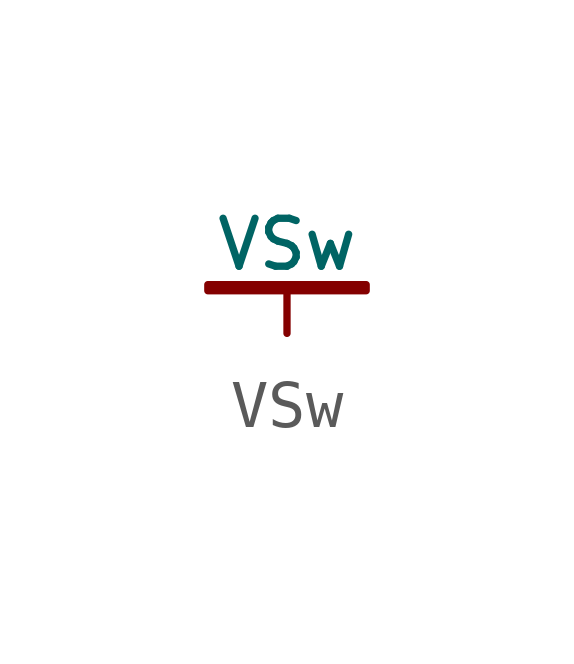
<source format=kicad_sym>
(kicad_symbol_lib
  (version 20241209)
  (generator "kicad_symbol_editor")
  (generator_version "9.0")
  (symbol "VSw"
    (power)
    (pin_names
      (offset 0))
    (property "Reference" "#PWR"
      (at 0 -3.81 0)
      (effects (font (size 1 1)) (hide yes)))
    (property "Value" "VSw"
      (at 0 1.27 0)
      (do_not_autoplace)
      (effects (font (size 1 1)) (justify bottom)))
    (symbol "VSw_0_1"
      (rectangle (start -1.651 1.016) (end 1.651 0.889) (stroke (width 0) (type default)) (fill (type none)))
      (polyline (pts (xy 0 0) (xy 0 0.889)) (stroke (width 0) (type default)) (fill (type none))))
    (symbol "VSw_1_1"
      (pin power_in line (at 0 0 90) (length 0) (hide yes) (name "VSw" (effects (font (size 1 1)))) (number "1" (effects (font (size 1 1))))))))
</source>
